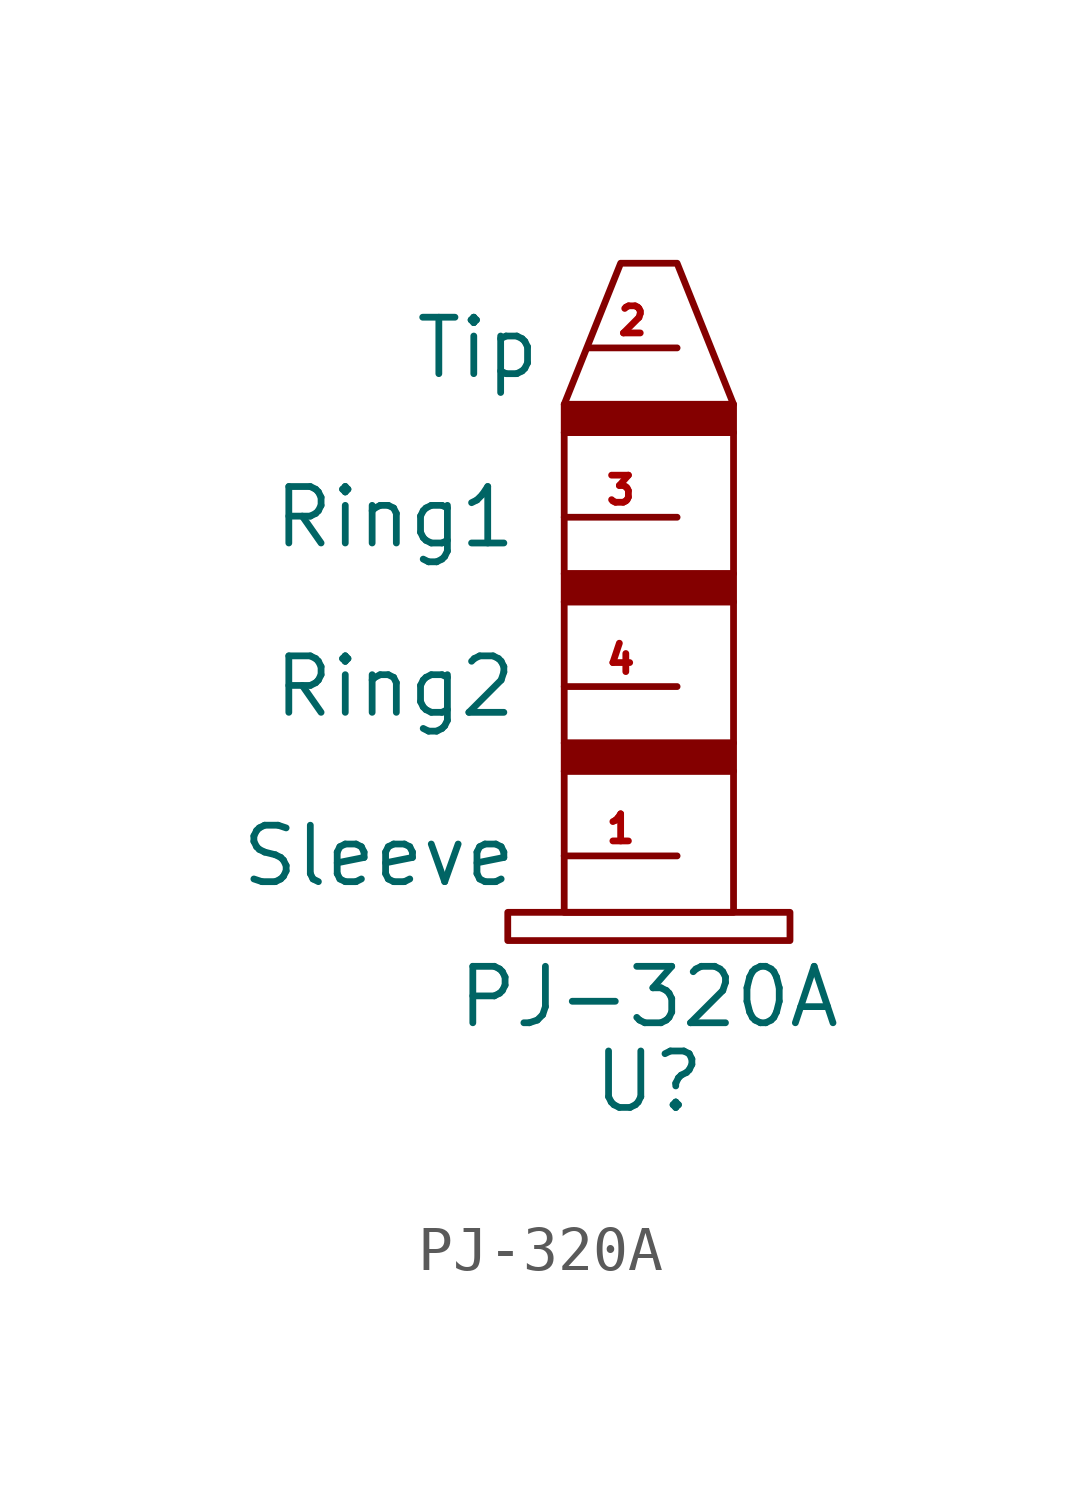
<source format=kicad_sym>
(kicad_symbol_lib
  (version 20241209)
  (generator "kicad_symbol_editor")
  (generator_version "9.0")
  (symbol "PJ-320A"
    (pin_names
      (offset 1.016))
    (property "Reference" "U"
      (at 0 -1.905 0)
      (effects (font (size 1.27 1.27))))
    (property "Value" "PJ-320A"
      (at 0 0 0)
      (effects (font (size 1.27 1.27))))
    (symbol "PJ-320A_0_1"
      (rectangle (start -3.175 1.27) (end 3.175 1.905) (stroke (width 0) (type solid)) (fill (type none)))
      (polyline (pts (xy -1.905 13.335) (xy -0.635 16.51) (xy 0.635 16.51) (xy 1.905 13.335) (xy -1.905 13.335)) (stroke (width 0) (type solid)) (fill (type none)))
      (rectangle (start -1.905 12.7) (end 1.905 13.335) (stroke (width 0) (type solid)) (fill (type outline)))
      (rectangle (start -1.905 9.525) (end 1.905 12.7) (stroke (width 0) (type solid)) (fill (type none)))
      (rectangle (start -1.905 8.89) (end 1.905 9.525) (stroke (width 0) (type solid)) (fill (type outline)))
      (rectangle (start -1.905 5.715) (end 1.905 8.89) (stroke (width 0) (type solid)) (fill (type none)))
      (rectangle (start -1.905 5.08) (end 1.905 5.715) (stroke (width 0) (type solid)) (fill (type outline)))
      (rectangle (start -1.905 1.905) (end 1.905 5.08) (stroke (width 0) (type solid)) (fill (type none))))
    (symbol "PJ-320A_1_1"
      (pin bidirectional line (at 0.635 14.605 180) (length 2.007) (name "Tip" (effects (font (size 1.27 1.27)))) (number "2" (effects (font (size 0.61 0.61)))))
      (pin bidirectional line (at 0.635 10.795 180) (length 2.54) (name "Ring1" (effects (font (size 1.27 1.27)))) (number "3" (effects (font (size 0.61 0.61)))))
      (pin bidirectional line (at 0.635 6.985 180) (length 2.54) (name "Ring2" (effects (font (size 1.27 1.27)))) (number "4" (effects (font (size 0.61 0.61)))))
      (pin bidirectional line (at 0.635 3.175 180) (length 2.54) (name "Sleeve" (effects (font (size 1.27 1.27)))) (number "1" (effects (font (size 0.61 0.61))))))))
</source>
